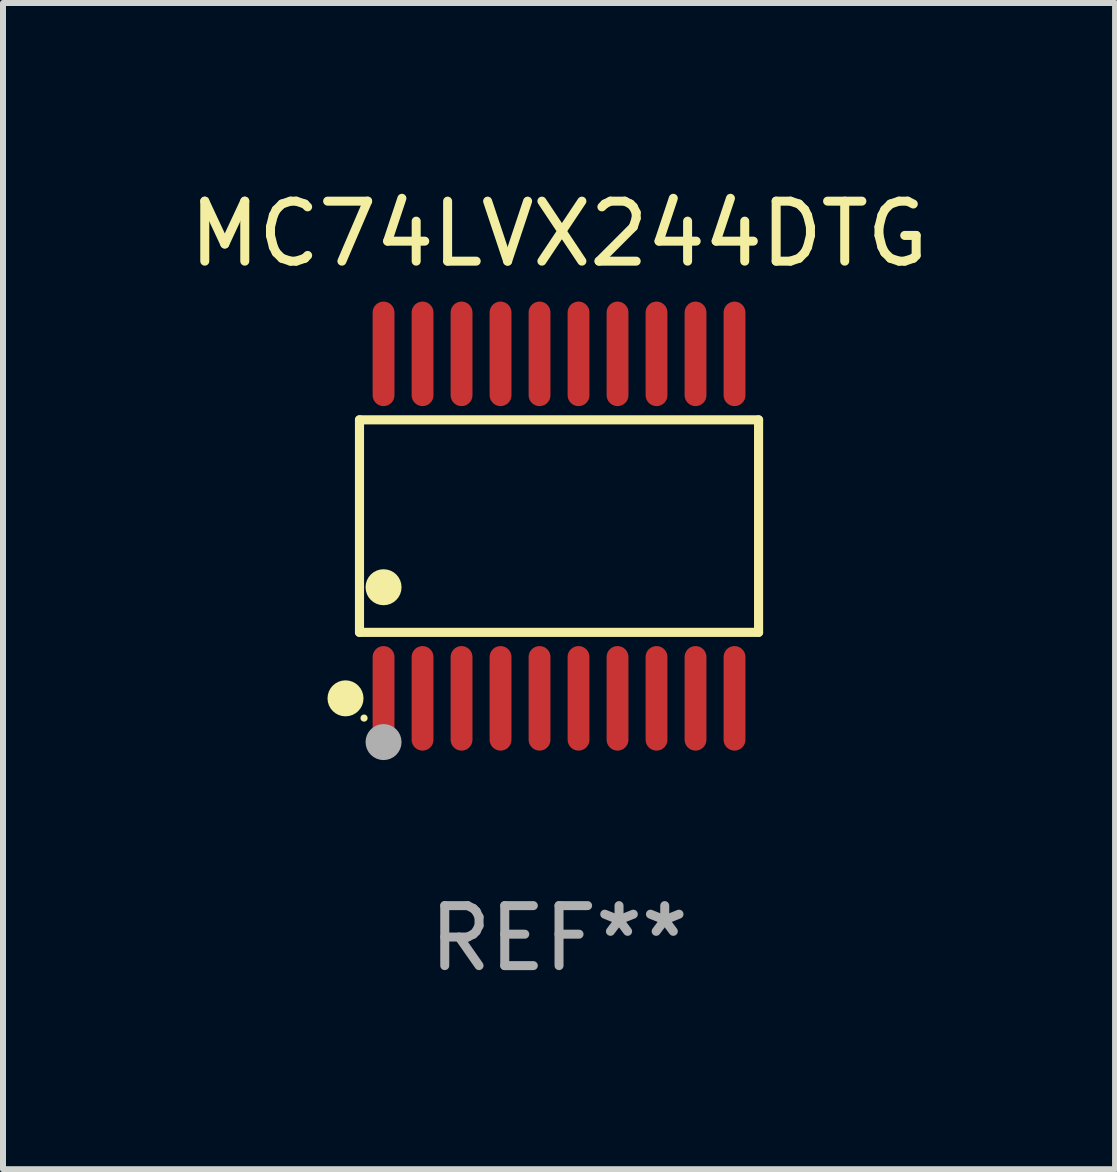
<source format=kicad_pcb>
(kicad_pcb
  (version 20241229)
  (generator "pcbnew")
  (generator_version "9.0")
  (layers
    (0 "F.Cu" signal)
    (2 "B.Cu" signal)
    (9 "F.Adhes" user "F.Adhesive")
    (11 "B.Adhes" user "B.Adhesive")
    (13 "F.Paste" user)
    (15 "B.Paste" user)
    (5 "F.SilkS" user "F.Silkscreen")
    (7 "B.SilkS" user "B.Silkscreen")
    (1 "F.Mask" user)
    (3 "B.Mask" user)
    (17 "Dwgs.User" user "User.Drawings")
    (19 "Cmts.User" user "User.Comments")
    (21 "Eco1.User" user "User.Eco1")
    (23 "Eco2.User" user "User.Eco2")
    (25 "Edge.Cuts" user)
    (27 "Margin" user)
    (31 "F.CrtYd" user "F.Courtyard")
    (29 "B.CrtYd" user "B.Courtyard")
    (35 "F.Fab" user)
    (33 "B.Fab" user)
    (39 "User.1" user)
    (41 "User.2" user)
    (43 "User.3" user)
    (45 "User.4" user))
  (footprint "MC74LVX244DTG"
    (layer "F.Cu")
    (at 6.268 5.719)
    (property "Reference" "MC74LVX244DTG" (at 0 -4.871 0) (layer "F.SilkS") (effects (font (size 1 1) (thickness 0.15))))
    (attr through_hole)
    (fp_line (start -3.326 -1.771) (end 3.326 -1.771) (stroke (width 0.152) (type solid)) (layer "F.SilkS"))
    (fp_line (start -3.326 1.771) (end -3.326 -1.771) (stroke (width 0.152) (type solid)) (layer "F.SilkS"))
    (fp_line (start 3.326 -1.771) (end 3.326 1.771) (stroke (width 0.152) (type solid)) (layer "F.SilkS"))
    (fp_line (start 3.326 1.771) (end -3.326 1.771) (stroke (width 0.152) (type solid)) (layer "F.SilkS"))
    (fp_circle (center -3.559 2.871) (end -3.409 2.871) (stroke (width 0.3) (type solid)) (fill no) (layer "F.SilkS"))
    (fp_circle (center -3.25 3.2) (end -3.22 3.2) (stroke (width 0.06) (type solid)) (fill no) (layer "F.SilkS"))
    (fp_circle (center -2.925 1.019) (end -2.775 1.019) (stroke (width 0.3) (type solid)) (fill no) (layer "F.SilkS"))
    (fp_circle (center -2.925 3.6) (end -2.775 3.6) (stroke (width 0.3) (type solid)) (fill no) (layer "F.Fab"))
    (fp_text user "REF**" (at 0 6.871 0) (layer "F.Fab") (effects (font (size 1 1) (thickness 0.15))))
    (pad "1" smd oval (at -2.925 2.871) (size 0.364 1.742) (layers "F.Cu" "F.Mask" "F.Paste"))
    (pad "2" smd oval (at -2.275 2.871) (size 0.364 1.742) (layers "F.Cu" "F.Mask" "F.Paste"))
    (pad "3" smd oval (at -1.625 2.871) (size 0.364 1.742) (layers "F.Cu" "F.Mask" "F.Paste"))
    (pad "4" smd oval (at -0.975 2.871) (size 0.364 1.742) (layers "F.Cu" "F.Mask" "F.Paste"))
    (pad "5" smd oval (at -0.325 2.871) (size 0.364 1.742) (layers "F.Cu" "F.Mask" "F.Paste"))
    (pad "6" smd oval (at 0.325 2.871) (size 0.364 1.742) (layers "F.Cu" "F.Mask" "F.Paste"))
    (pad "7" smd oval (at 0.975 2.871) (size 0.364 1.742) (layers "F.Cu" "F.Mask" "F.Paste"))
    (pad "8" smd oval (at 1.625 2.871) (size 0.364 1.742) (layers "F.Cu" "F.Mask" "F.Paste"))
    (pad "9" smd oval (at 2.275 2.871) (size 0.364 1.742) (layers "F.Cu" "F.Mask" "F.Paste"))
    (pad "10" smd oval (at 2.925 2.871) (size 0.364 1.742) (layers "F.Cu" "F.Mask" "F.Paste"))
    (pad "11" smd oval (at 2.925 -2.871) (size 0.364 1.742) (layers "F.Cu" "F.Mask" "F.Paste"))
    (pad "12" smd oval (at 2.275 -2.871) (size 0.364 1.742) (layers "F.Cu" "F.Mask" "F.Paste"))
    (pad "13" smd oval (at 1.625 -2.871) (size 0.364 1.742) (layers "F.Cu" "F.Mask" "F.Paste"))
    (pad "14" smd oval (at 0.975 -2.871) (size 0.364 1.742) (layers "F.Cu" "F.Mask" "F.Paste"))
    (pad "15" smd oval (at 0.325 -2.871) (size 0.364 1.742) (layers "F.Cu" "F.Mask" "F.Paste"))
    (pad "16" smd oval (at -0.325 -2.871) (size 0.364 1.742) (layers "F.Cu" "F.Mask" "F.Paste"))
    (pad "17" smd oval (at -0.975 -2.871) (size 0.364 1.742) (layers "F.Cu" "F.Mask" "F.Paste"))
    (pad "18" smd oval (at -1.625 -2.871) (size 0.364 1.742) (layers "F.Cu" "F.Mask" "F.Paste"))
    (pad "19" smd oval (at -2.275 -2.871) (size 0.364 1.742) (layers "F.Cu" "F.Mask" "F.Paste"))
    (pad "20" smd oval (at -2.925 -2.871) (size 0.364 1.742) (layers "F.Cu" "F.Mask" "F.Paste")))
  (gr_rect
    (start -3 -3)
    (end 15.536 16.438)
    (stroke (width 0.1) (type default))
    (fill no)
    (layer "Edge.Cuts")))
</source>
